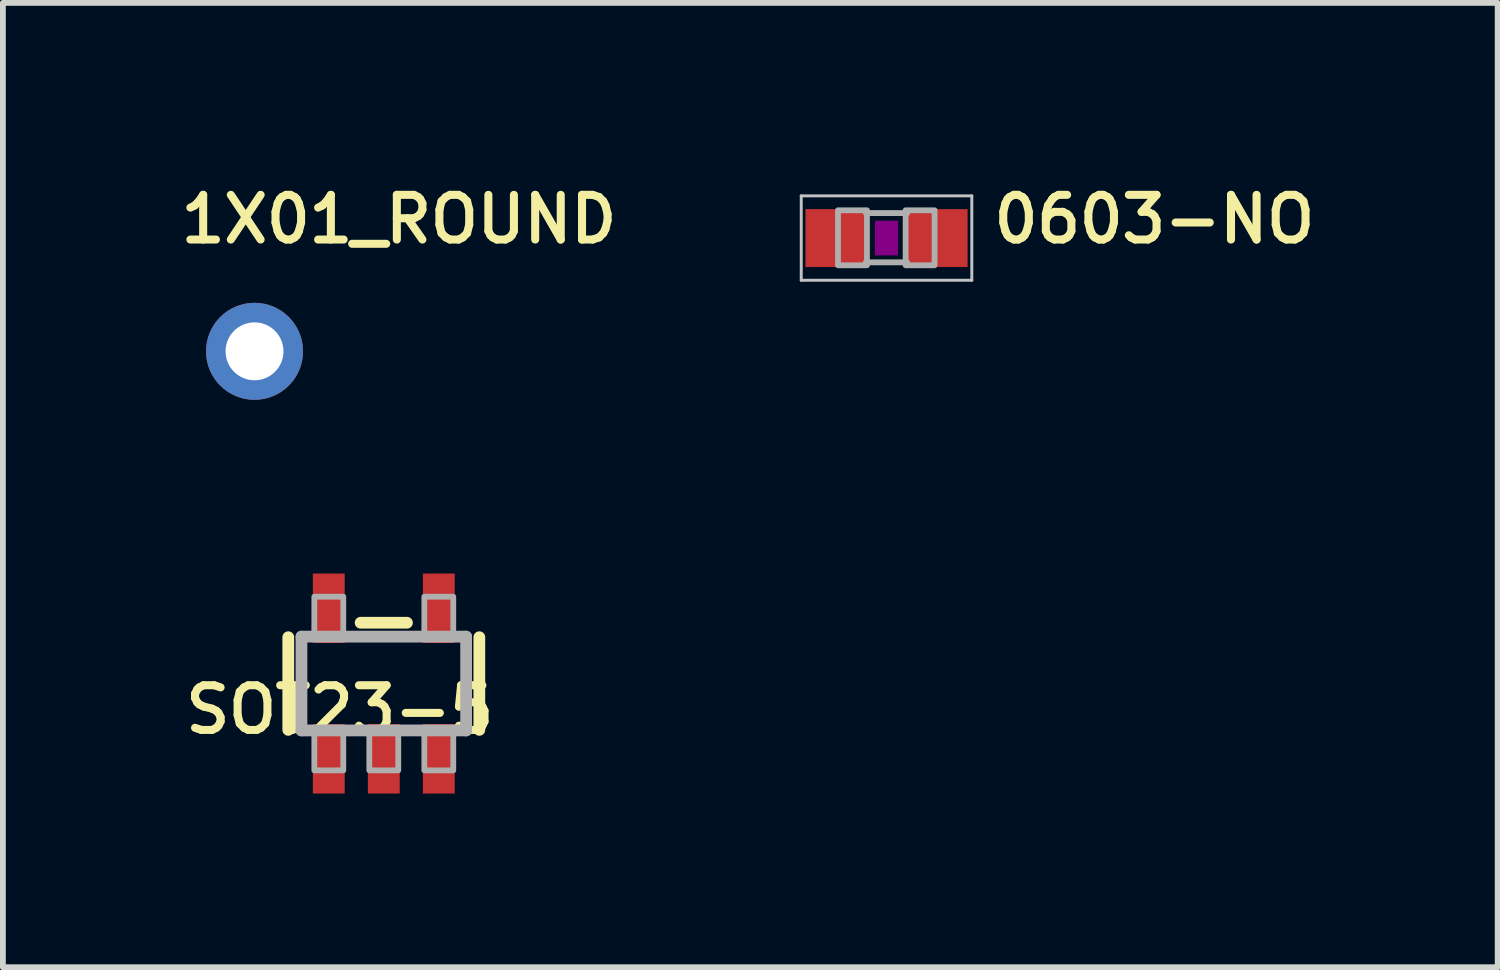
<source format=kicad_pcb>
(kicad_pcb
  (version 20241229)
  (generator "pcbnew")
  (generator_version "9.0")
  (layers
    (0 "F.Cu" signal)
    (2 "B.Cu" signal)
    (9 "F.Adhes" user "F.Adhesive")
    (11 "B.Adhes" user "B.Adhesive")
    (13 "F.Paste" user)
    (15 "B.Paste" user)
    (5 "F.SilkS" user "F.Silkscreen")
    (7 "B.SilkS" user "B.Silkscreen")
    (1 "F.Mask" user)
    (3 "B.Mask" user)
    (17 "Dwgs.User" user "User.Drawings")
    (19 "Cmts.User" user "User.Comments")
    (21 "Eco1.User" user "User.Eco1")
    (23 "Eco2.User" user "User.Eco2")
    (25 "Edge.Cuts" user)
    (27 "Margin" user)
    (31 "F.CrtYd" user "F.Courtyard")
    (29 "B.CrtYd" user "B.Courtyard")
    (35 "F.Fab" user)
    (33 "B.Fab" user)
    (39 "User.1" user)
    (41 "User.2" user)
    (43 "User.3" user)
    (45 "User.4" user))
  (footprint "1X01_ROUND"
    (layer "F.Cu")
    (at 1.346 3.018)
    (property "Reference" "1X01_ROUND" (at -1.346 -1.829 0) (layer "F.SilkS") (effects (font (size 0.772 0.772) (thickness 0.139)) (justify left bottom)))
    (attr through_hole)
    (fp_poly (pts (xy -0.254 0.254) (xy 0.254 0.254) (xy 0.254 -0.254) (xy -0.254 -0.254)) (stroke (width 0.1) (type solid)) (fill no) (layer "F.Fab"))
    (pad "1" thru_hole circle (at 0 0 90) (size 1.676 1.676) (drill 1) (layers "*.Cu" "*.Mask")))
  (footprint "SOT23-5"
    (layer "F.Cu")
    (at 3.579 8.756)
    (property "Reference" "SOT23-5" (at 1.978 0 180) (layer "F.SilkS") (effects (font (size 0.772 0.772) (thickness 0.139)) (justify right top)))
    (attr through_hole)
    (fp_line (start -1.65 -0.8) (end -1.65 0.8) (stroke (width 0.203) (type solid)) (layer "F.SilkS"))
    (fp_line (start -0.4 -1.05) (end 0.4 -1.05) (stroke (width 0.203) (type solid)) (layer "F.SilkS"))
    (fp_line (start 1.65 -0.8) (end 1.65 0.8) (stroke (width 0.203) (type solid)) (layer "F.SilkS"))
    (fp_line (start -1.422 -0.81) (end 1.422 -0.81) (stroke (width 0.203) (type solid)) (layer "F.Fab"))
    (fp_line (start -1.422 0.81) (end -1.422 -0.81) (stroke (width 0.203) (type solid)) (layer "F.Fab"))
    (fp_line (start 1.422 -0.81) (end 1.422 0.81) (stroke (width 0.203) (type solid)) (layer "F.Fab"))
    (fp_line (start 1.422 0.81) (end -1.422 0.81) (stroke (width 0.203) (type solid)) (layer "F.Fab"))
    (fp_poly (pts (xy -1.2 -0.85) (xy -0.7 -0.85) (xy -0.7 -1.5) (xy -1.2 -1.5)) (stroke (width 0.1) (type solid)) (fill no) (layer "F.Fab"))
    (fp_poly (pts (xy -1.2 1.5) (xy -0.7 1.5) (xy -0.7 0.85) (xy -1.2 0.85)) (stroke (width 0.1) (type solid)) (fill no) (layer "F.Fab"))
    (fp_poly (pts (xy -0.25 1.5) (xy 0.25 1.5) (xy 0.25 0.85) (xy -0.25 0.85)) (stroke (width 0.1) (type solid)) (fill no) (layer "F.Fab"))
    (fp_poly (pts (xy 0.7 -0.85) (xy 1.2 -0.85) (xy 1.2 -1.5) (xy 0.7 -1.5)) (stroke (width 0.1) (type solid)) (fill no) (layer "F.Fab"))
    (fp_poly (pts (xy 0.7 1.5) (xy 1.2 1.5) (xy 1.2 0.85) (xy 0.7 0.85)) (stroke (width 0.1) (type solid)) (fill no) (layer "F.Fab"))
    (pad "1" smd rect (at -0.95 1.3) (size 0.55 1.2) (layers "F.Cu" "F.Mask" "F.Paste"))
    (pad "2" smd rect (at 0 1.3) (size 0.55 1.2) (layers "F.Cu" "F.Mask" "F.Paste"))
    (pad "3" smd rect (at 0.95 1.3) (size 0.55 1.2) (layers "F.Cu" "F.Mask" "F.Paste"))
    (pad "4" smd rect (at 0.95 -1.3) (size 0.55 1.2) (layers "F.Cu" "F.Mask" "F.Paste"))
    (pad "5" smd rect (at -0.95 -1.3) (size 0.55 1.2) (layers "F.Cu" "F.Mask" "F.Paste")))
  (footprint "0603-NO"
    (layer "F.Cu")
    (at 12.262 1.062)
    (property "Reference" "0603-NO" (at 1.778 0.127 0) (layer "F.SilkS") (effects (font (size 0.772 0.772) (thickness 0.139)) (justify left bottom)))
    (attr through_hole)
    (fp_poly (pts (xy -0.2 0.3) (xy 0.2 0.3) (xy 0.2 -0.3) (xy -0.2 -0.3)) (stroke (width 0) (type solid)) (fill yes) (layer "F.Adhes"))
    (fp_line (start -1.473 -0.729) (end 1.473 -0.729) (stroke (width 0.051) (type solid)) (layer "Dwgs.User"))
    (fp_line (start -1.473 0.729) (end -1.473 -0.729) (stroke (width 0.051) (type solid)) (layer "Dwgs.User"))
    (fp_line (start 1.473 -0.729) (end 1.473 0.729) (stroke (width 0.051) (type solid)) (layer "Dwgs.User"))
    (fp_line (start 1.473 0.729) (end -1.473 0.729) (stroke (width 0.051) (type solid)) (layer "Dwgs.User"))
    (fp_line (start -0.356 -0.432) (end 0.356 -0.432) (stroke (width 0.102) (type solid)) (layer "F.Fab"))
    (fp_line (start -0.356 0.419) (end 0.356 0.419) (stroke (width 0.102) (type solid)) (layer "F.Fab"))
    (fp_poly (pts (xy -0.838 0.47) (xy -0.338 0.47) (xy -0.338 -0.48) (xy -0.838 -0.48)) (stroke (width 0.1) (type solid)) (fill no) (layer "F.Fab"))
    (fp_poly (pts (xy 0.33 0.47) (xy 0.83 0.47) (xy 0.83 -0.48) (xy 0.33 -0.48)) (stroke (width 0.1) (type solid)) (fill no) (layer "F.Fab"))
    (pad "1" smd rect (at -0.85 0) (size 1.1 1) (layers "F.Cu" "F.Mask" "F.Paste"))
    (pad "2" smd rect (at 0.85 0) (size 1.1 1) (layers "F.Cu" "F.Mask" "F.Paste")))
  (gr_rect
    (start -3 -3)
    (end 22.818 13.656)
    (stroke (width 0.1) (type default))
    (fill no)
    (layer "Edge.Cuts")))
</source>
